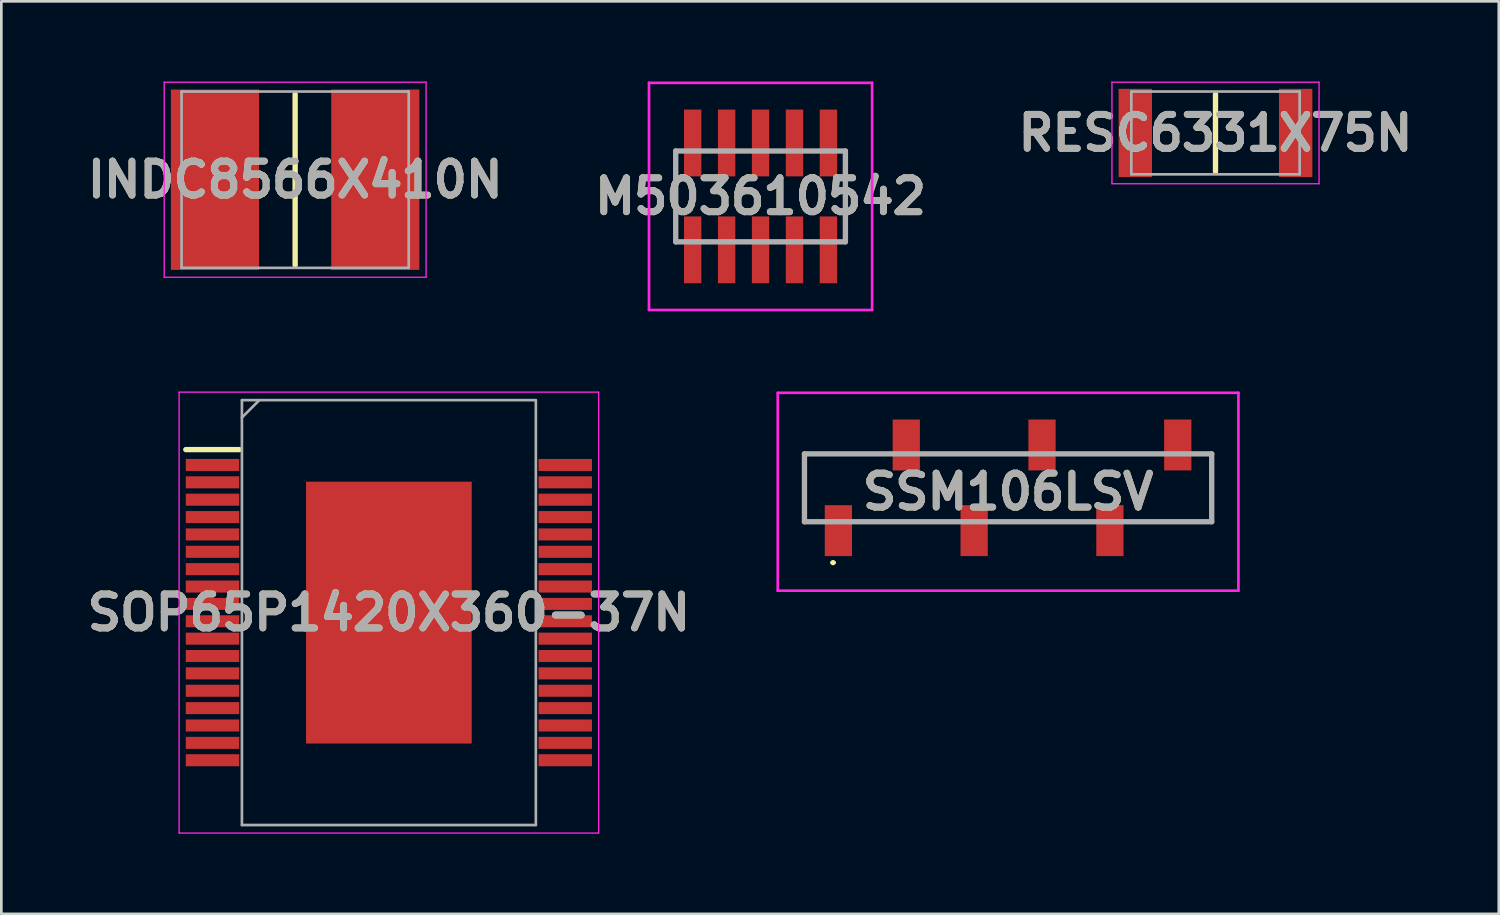
<source format=kicad_pcb>
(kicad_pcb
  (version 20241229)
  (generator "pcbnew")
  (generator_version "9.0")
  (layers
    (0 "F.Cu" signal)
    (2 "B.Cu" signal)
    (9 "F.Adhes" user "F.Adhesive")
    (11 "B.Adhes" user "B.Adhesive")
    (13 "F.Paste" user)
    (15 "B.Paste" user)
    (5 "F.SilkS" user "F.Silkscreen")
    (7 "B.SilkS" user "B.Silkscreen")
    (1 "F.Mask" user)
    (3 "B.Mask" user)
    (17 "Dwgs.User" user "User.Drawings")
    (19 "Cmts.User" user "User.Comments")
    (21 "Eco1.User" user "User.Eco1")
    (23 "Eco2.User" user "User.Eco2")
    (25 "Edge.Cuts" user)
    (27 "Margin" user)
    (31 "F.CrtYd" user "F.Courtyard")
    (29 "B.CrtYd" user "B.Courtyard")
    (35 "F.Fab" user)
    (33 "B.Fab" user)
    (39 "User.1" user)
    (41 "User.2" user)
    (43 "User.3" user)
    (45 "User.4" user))
  (footprint "INDC8566X410N"
    (layer "F.Cu")
    (at 7.995 3.675)
    (property "Reference" "INDC8566X410N" (at 0 0 0) (layer "F.SilkS") (effects (font (size 1.27 1.27) (thickness 0.254))))
    (attr smd)
    (fp_line (start 0 -3.2) (end 0 3.2) (stroke (width 0.2) (type solid)) (layer "F.SilkS"))
    (fp_line (start -4.9 -3.65) (end 4.9 -3.65) (stroke (width 0.05) (type solid)) (layer "F.CrtYd"))
    (fp_line (start -4.9 3.65) (end -4.9 -3.65) (stroke (width 0.05) (type solid)) (layer "F.CrtYd"))
    (fp_line (start 4.9 -3.65) (end 4.9 3.65) (stroke (width 0.05) (type solid)) (layer "F.CrtYd"))
    (fp_line (start 4.9 3.65) (end -4.9 3.65) (stroke (width 0.05) (type solid)) (layer "F.CrtYd"))
    (fp_line (start -4.25 -3.3) (end 4.25 -3.3) (stroke (width 0.1) (type solid)) (layer "F.Fab"))
    (fp_line (start -4.25 3.3) (end -4.25 -3.3) (stroke (width 0.1) (type solid)) (layer "F.Fab"))
    (fp_line (start 4.25 -3.3) (end 4.25 3.3) (stroke (width 0.1) (type solid)) (layer "F.Fab"))
    (fp_line (start 4.25 3.3) (end -4.25 3.3) (stroke (width 0.1) (type solid)) (layer "F.Fab"))
    (fp_text user "${REFERENCE}" (at 0 0 0) (layer "F.Fab") (effects (font (size 1.27 1.27) (thickness 0.254))))
    (pad "1" smd rect (at -3 0) (size 3.3 6.75) (layers "F.Cu" "F.Mask" "F.Paste"))
    (pad "2" smd rect (at 3 0) (size 3.3 6.75) (layers "F.Cu" "F.Mask" "F.Paste")))
  (footprint "SSM106LSV"
    (layer "F.Cu")
    (at 34.675 15.205)
    (property "Reference" "SSM106LSV" (at 0 0.147 0) (layer "F.SilkS") (effects (font (size 1.27 1.27) (thickness 0.254))))
    (attr smd)
    (fp_line (start -7.62 -1.27) (end -7.62 1.27) (stroke (width 0.1) (type solid)) (layer "F.SilkS"))
    (fp_line (start -7.62 1.27) (end -7.2 1.27) (stroke (width 0.1) (type solid)) (layer "F.SilkS"))
    (fp_line (start -6.6 2.8) (end -6.6 2.8) (stroke (width 0.1) (type solid)) (layer "F.SilkS"))
    (fp_line (start -6.5 2.8) (end -6.5 2.8) (stroke (width 0.1) (type solid)) (layer "F.SilkS"))
    (fp_line (start -5.6 1.27) (end -2 1.27) (stroke (width 0.1) (type solid)) (layer "F.SilkS"))
    (fp_line (start -4.6 -1.27) (end -7.62 -1.27) (stroke (width 0.1) (type solid)) (layer "F.SilkS"))
    (fp_line (start -3 -1.27) (end 0.4 -1.27) (stroke (width 0.1) (type solid)) (layer "F.SilkS"))
    (fp_line (start -0.4 1.27) (end 3 1.27) (stroke (width 0.1) (type solid)) (layer "F.SilkS"))
    (fp_line (start 2 -1.27) (end 5.6 -1.27) (stroke (width 0.1) (type solid)) (layer "F.SilkS"))
    (fp_line (start 7.2 -1.27) (end 7.62 -1.27) (stroke (width 0.1) (type solid)) (layer "F.SilkS"))
    (fp_line (start 7.62 -1.27) (end 7.62 1.27) (stroke (width 0.1) (type solid)) (layer "F.SilkS"))
    (fp_line (start 7.62 1.27) (end 4.6 1.27) (stroke (width 0.1) (type solid)) (layer "F.SilkS"))
    (fp_arc (start -6.6 2.8) (mid -6.55 2.75) (end -6.5 2.8) (stroke (width 0.1) (type solid)) (layer "F.SilkS"))
    (fp_arc (start -6.5 2.8) (mid -6.55 2.85) (end -6.6 2.8) (stroke (width 0.1) (type solid)) (layer "F.SilkS"))
    (fp_line (start -8.62 -3.555) (end 8.62 -3.555) (stroke (width 0.1) (type solid)) (layer "F.CrtYd"))
    (fp_line (start -8.62 3.85) (end -8.62 -3.555) (stroke (width 0.1) (type solid)) (layer "F.CrtYd"))
    (fp_line (start 8.62 -3.555) (end 8.62 3.85) (stroke (width 0.1) (type solid)) (layer "F.CrtYd"))
    (fp_line (start 8.62 3.85) (end -8.62 3.85) (stroke (width 0.1) (type solid)) (layer "F.CrtYd"))
    (fp_line (start -7.62 -1.27) (end 7.62 -1.27) (stroke (width 0.2) (type solid)) (layer "F.Fab"))
    (fp_line (start -7.62 1.27) (end -7.62 -1.27) (stroke (width 0.2) (type solid)) (layer "F.Fab"))
    (fp_line (start 7.62 -1.27) (end 7.62 1.27) (stroke (width 0.2) (type solid)) (layer "F.Fab"))
    (fp_line (start 7.62 1.27) (end -7.62 1.27) (stroke (width 0.2) (type solid)) (layer "F.Fab"))
    (fp_text user "${REFERENCE}" (at 0 0.147 0) (layer "F.Fab") (effects (font (size 1.27 1.27) (thickness 0.254))))
    (pad "1" smd rect (at -6.35 1.603) (size 1.02 1.905) (layers "F.Cu" "F.Mask" "F.Paste"))
    (pad "2" smd rect (at -3.81 -1.603) (size 1.02 1.905) (layers "F.Cu" "F.Mask" "F.Paste"))
    (pad "3" smd rect (at -1.27 1.603) (size 1.02 1.905) (layers "F.Cu" "F.Mask" "F.Paste"))
    (pad "4" smd rect (at 1.27 -1.603) (size 1.02 1.905) (layers "F.Cu" "F.Mask" "F.Paste"))
    (pad "5" smd rect (at 3.81 1.603) (size 1.02 1.905) (layers "F.Cu" "F.Mask" "F.Paste"))
    (pad "6" smd rect (at 6.35 -1.603) (size 1.02 1.905) (layers "F.Cu" "F.Mask" "F.Paste")))
  (footprint "M503610542"
    (layer "F.Cu")
    (at 25.412 4.3)
    (property "Reference" "M503610542" (at 0 0 0) (layer "F.SilkS") (effects (font (size 1.27 1.27) (thickness 0.254))))
    (attr through_hole)
    (fp_line (start -3.175 -1.7) (end -3.175 1.7) (stroke (width 0.1) (type solid)) (layer "F.SilkS"))
    (fp_line (start 3.175 -1.7) (end 3.175 1.7) (stroke (width 0.1) (type solid)) (layer "F.SilkS"))
    (fp_line (start -4.175 -4.25) (end 4.175 -4.25) (stroke (width 0.1) (type solid)) (layer "F.CrtYd"))
    (fp_line (start -4.175 4.25) (end -4.175 -4.25) (stroke (width 0.1) (type solid)) (layer "F.CrtYd"))
    (fp_line (start 4.175 -4.25) (end 4.175 4.25) (stroke (width 0.1) (type solid)) (layer "F.CrtYd"))
    (fp_line (start 4.175 4.25) (end -4.175 4.25) (stroke (width 0.1) (type solid)) (layer "F.CrtYd"))
    (fp_line (start -3.175 -1.7) (end 3.175 -1.7) (stroke (width 0.2) (type solid)) (layer "F.Fab"))
    (fp_line (start -3.175 1.7) (end -3.175 -1.7) (stroke (width 0.2) (type solid)) (layer "F.Fab"))
    (fp_line (start 3.175 -1.7) (end 3.175 1.7) (stroke (width 0.2) (type solid)) (layer "F.Fab"))
    (fp_line (start 3.175 1.7) (end -3.175 1.7) (stroke (width 0.2) (type solid)) (layer "F.Fab"))
    (fp_text user "${REFERENCE}" (at 0 0 0) (layer "F.Fab") (effects (font (size 1.27 1.27) (thickness 0.254))))
    (pad "" np_thru_hole circle (at -1.905 0) (size 0.001 0.001) (drill 0.8) (layers "*.Cu" "*.Mask"))
    (pad "" np_thru_hole circle (at 1.905 0) (size 0.001 0.001) (drill 0.8) (layers "*.Cu" "*.Mask"))
    (pad "1" smd rect (at -2.54 2) (size 0.65 2.5) (layers "F.Cu" "F.Mask" "F.Paste"))
    (pad "2" smd rect (at -2.54 -2) (size 0.65 2.5) (layers "F.Cu" "F.Mask" "F.Paste"))
    (pad "3" smd rect (at -1.27 2) (size 0.65 2.5) (layers "F.Cu" "F.Mask" "F.Paste"))
    (pad "4" smd rect (at -1.27 -2) (size 0.65 2.5) (layers "F.Cu" "F.Mask" "F.Paste"))
    (pad "5" smd rect (at 0 2) (size 0.65 2.5) (layers "F.Cu" "F.Mask" "F.Paste"))
    (pad "6" smd rect (at 0 -2) (size 0.65 2.5) (layers "F.Cu" "F.Mask" "F.Paste"))
    (pad "7" smd rect (at 1.27 2) (size 0.65 2.5) (layers "F.Cu" "F.Mask" "F.Paste"))
    (pad "8" smd rect (at 1.27 -2) (size 0.65 2.5) (layers "F.Cu" "F.Mask" "F.Paste"))
    (pad "9" smd rect (at 2.54 2) (size 0.65 2.5) (layers "F.Cu" "F.Mask" "F.Paste"))
    (pad "10" smd rect (at 2.54 -2) (size 0.65 2.5) (layers "F.Cu" "F.Mask" "F.Paste")))
  (footprint "SOP65P1420X360-37N"
    (layer "F.Cu")
    (at 11.503 19.875)
    (property "Reference" "SOP65P1420X360-37N" (at 0 0 0) (layer "F.SilkS") (effects (font (size 1.27 1.27) (thickness 0.254))))
    (attr smd)
    (fp_line (start -7.6 -6.1) (end -5.6 -6.1) (stroke (width 0.2) (type solid)) (layer "F.SilkS"))
    (fp_line (start -7.85 -8.25) (end 7.85 -8.25) (stroke (width 0.05) (type solid)) (layer "F.CrtYd"))
    (fp_line (start -7.85 8.25) (end -7.85 -8.25) (stroke (width 0.05) (type solid)) (layer "F.CrtYd"))
    (fp_line (start 7.85 -8.25) (end 7.85 8.25) (stroke (width 0.05) (type solid)) (layer "F.CrtYd"))
    (fp_line (start 7.85 8.25) (end -7.85 8.25) (stroke (width 0.05) (type solid)) (layer "F.CrtYd"))
    (fp_line (start -5.5 -7.95) (end 5.5 -7.95) (stroke (width 0.1) (type solid)) (layer "F.Fab"))
    (fp_line (start -5.5 -7.3) (end -4.85 -7.95) (stroke (width 0.1) (type solid)) (layer "F.Fab"))
    (fp_line (start -5.5 7.95) (end -5.5 -7.95) (stroke (width 0.1) (type solid)) (layer "F.Fab"))
    (fp_line (start 5.5 -7.95) (end 5.5 7.95) (stroke (width 0.1) (type solid)) (layer "F.Fab"))
    (fp_line (start 5.5 7.95) (end -5.5 7.95) (stroke (width 0.1) (type solid)) (layer "F.Fab"))
    (fp_text user "${REFERENCE}" (at 0 0 0) (layer "F.Fab") (effects (font (size 1.27 1.27) (thickness 0.254))))
    (pad "1" smd rect (at -6.6 -5.525 90) (size 0.45 2) (layers "F.Cu" "F.Mask" "F.Paste"))
    (pad "2" smd rect (at -6.6 -4.875 90) (size 0.45 2) (layers "F.Cu" "F.Mask" "F.Paste"))
    (pad "3" smd rect (at -6.6 -4.225 90) (size 0.45 2) (layers "F.Cu" "F.Mask" "F.Paste"))
    (pad "4" smd rect (at -6.6 -3.575 90) (size 0.45 2) (layers "F.Cu" "F.Mask" "F.Paste"))
    (pad "5" smd rect (at -6.6 -2.925 90) (size 0.45 2) (layers "F.Cu" "F.Mask" "F.Paste"))
    (pad "6" smd rect (at -6.6 -2.275 90) (size 0.45 2) (layers "F.Cu" "F.Mask" "F.Paste"))
    (pad "7" smd rect (at -6.6 -1.625 90) (size 0.45 2) (layers "F.Cu" "F.Mask" "F.Paste"))
    (pad "8" smd rect (at -6.6 -0.975 90) (size 0.45 2) (layers "F.Cu" "F.Mask" "F.Paste"))
    (pad "9" smd rect (at -6.6 -0.325 90) (size 0.45 2) (layers "F.Cu" "F.Mask" "F.Paste"))
    (pad "10" smd rect (at -6.6 0.325 90) (size 0.45 2) (layers "F.Cu" "F.Mask" "F.Paste"))
    (pad "11" smd rect (at -6.6 0.975 90) (size 0.45 2) (layers "F.Cu" "F.Mask" "F.Paste"))
    (pad "12" smd rect (at -6.6 1.625 90) (size 0.45 2) (layers "F.Cu" "F.Mask" "F.Paste"))
    (pad "13" smd rect (at -6.6 2.275 90) (size 0.45 2) (layers "F.Cu" "F.Mask" "F.Paste"))
    (pad "14" smd rect (at -6.6 2.925 90) (size 0.45 2) (layers "F.Cu" "F.Mask" "F.Paste"))
    (pad "15" smd rect (at -6.6 3.575 90) (size 0.45 2) (layers "F.Cu" "F.Mask" "F.Paste"))
    (pad "16" smd rect (at -6.6 4.225 90) (size 0.45 2) (layers "F.Cu" "F.Mask" "F.Paste"))
    (pad "17" smd rect (at -6.6 4.875 90) (size 0.45 2) (layers "F.Cu" "F.Mask" "F.Paste"))
    (pad "18" smd rect (at -6.6 5.525 90) (size 0.45 2) (layers "F.Cu" "F.Mask" "F.Paste"))
    (pad "19" smd rect (at 6.6 5.525 90) (size 0.45 2) (layers "F.Cu" "F.Mask" "F.Paste"))
    (pad "20" smd rect (at 6.6 4.875 90) (size 0.45 2) (layers "F.Cu" "F.Mask" "F.Paste"))
    (pad "21" smd rect (at 6.6 4.225 90) (size 0.45 2) (layers "F.Cu" "F.Mask" "F.Paste"))
    (pad "22" smd rect (at 6.6 3.575 90) (size 0.45 2) (layers "F.Cu" "F.Mask" "F.Paste"))
    (pad "23" smd rect (at 6.6 2.925 90) (size 0.45 2) (layers "F.Cu" "F.Mask" "F.Paste"))
    (pad "24" smd rect (at 6.6 2.275 90) (size 0.45 2) (layers "F.Cu" "F.Mask" "F.Paste"))
    (pad "25" smd rect (at 6.6 1.625 90) (size 0.45 2) (layers "F.Cu" "F.Mask" "F.Paste"))
    (pad "26" smd rect (at 6.6 0.975 90) (size 0.45 2) (layers "F.Cu" "F.Mask" "F.Paste"))
    (pad "27" smd rect (at 6.6 0.325 90) (size 0.45 2) (layers "F.Cu" "F.Mask" "F.Paste"))
    (pad "28" smd rect (at 6.6 -0.325 90) (size 0.45 2) (layers "F.Cu" "F.Mask" "F.Paste"))
    (pad "29" smd rect (at 6.6 -0.975 90) (size 0.45 2) (layers "F.Cu" "F.Mask" "F.Paste"))
    (pad "30" smd rect (at 6.6 -1.625 90) (size 0.45 2) (layers "F.Cu" "F.Mask" "F.Paste"))
    (pad "31" smd rect (at 6.6 -2.275 90) (size 0.45 2) (layers "F.Cu" "F.Mask" "F.Paste"))
    (pad "32" smd rect (at 6.6 -2.925 90) (size 0.45 2) (layers "F.Cu" "F.Mask" "F.Paste"))
    (pad "33" smd rect (at 6.6 -3.575 90) (size 0.45 2) (layers "F.Cu" "F.Mask" "F.Paste"))
    (pad "34" smd rect (at 6.6 -4.225 90) (size 0.45 2) (layers "F.Cu" "F.Mask" "F.Paste"))
    (pad "35" smd rect (at 6.6 -4.875 90) (size 0.45 2) (layers "F.Cu" "F.Mask" "F.Paste"))
    (pad "36" smd rect (at 6.6 -5.525 90) (size 0.45 2) (layers "F.Cu" "F.Mask" "F.Paste"))
    (pad "37" smd rect (at 0 0) (size 6.2 9.8) (layers "F.Cu" "F.Mask" "F.Paste")))
  (footprint "RESC6331X75N"
    (layer "F.Cu")
    (at 42.437 1.925)
    (property "Reference" "RESC6331X75N" (at 0 0 0) (layer "F.SilkS") (effects (font (size 1.27 1.27) (thickness 0.254))))
    (attr smd)
    (fp_line (start 0 -1.45) (end 0 1.45) (stroke (width 0.2) (type solid)) (layer "F.SilkS"))
    (fp_line (start -3.875 -1.9) (end 3.875 -1.9) (stroke (width 0.05) (type solid)) (layer "F.CrtYd"))
    (fp_line (start -3.875 1.9) (end -3.875 -1.9) (stroke (width 0.05) (type solid)) (layer "F.CrtYd"))
    (fp_line (start 3.875 -1.9) (end 3.875 1.9) (stroke (width 0.05) (type solid)) (layer "F.CrtYd"))
    (fp_line (start 3.875 1.9) (end -3.875 1.9) (stroke (width 0.05) (type solid)) (layer "F.CrtYd"))
    (fp_line (start -3.15 -1.55) (end 3.15 -1.55) (stroke (width 0.1) (type solid)) (layer "F.Fab"))
    (fp_line (start -3.15 1.55) (end -3.15 -1.55) (stroke (width 0.1) (type solid)) (layer "F.Fab"))
    (fp_line (start 3.15 -1.55) (end 3.15 1.55) (stroke (width 0.1) (type solid)) (layer "F.Fab"))
    (fp_line (start 3.15 1.55) (end -3.15 1.55) (stroke (width 0.1) (type solid)) (layer "F.Fab"))
    (fp_text user "${REFERENCE}" (at 0 0 0) (layer "F.Fab") (effects (font (size 1.27 1.27) (thickness 0.254))))
    (pad "1" smd rect (at -3 0) (size 1.25 3.3) (layers "F.Cu" "F.Mask" "F.Paste"))
    (pad "2" smd rect (at 3 0) (size 1.25 3.3) (layers "F.Cu" "F.Mask" "F.Paste")))
  (gr_rect
    (start -3 -3)
    (end 53.039 31.15)
    (stroke (width 0.1) (type default))
    (fill no)
    (layer "Edge.Cuts")))
</source>
